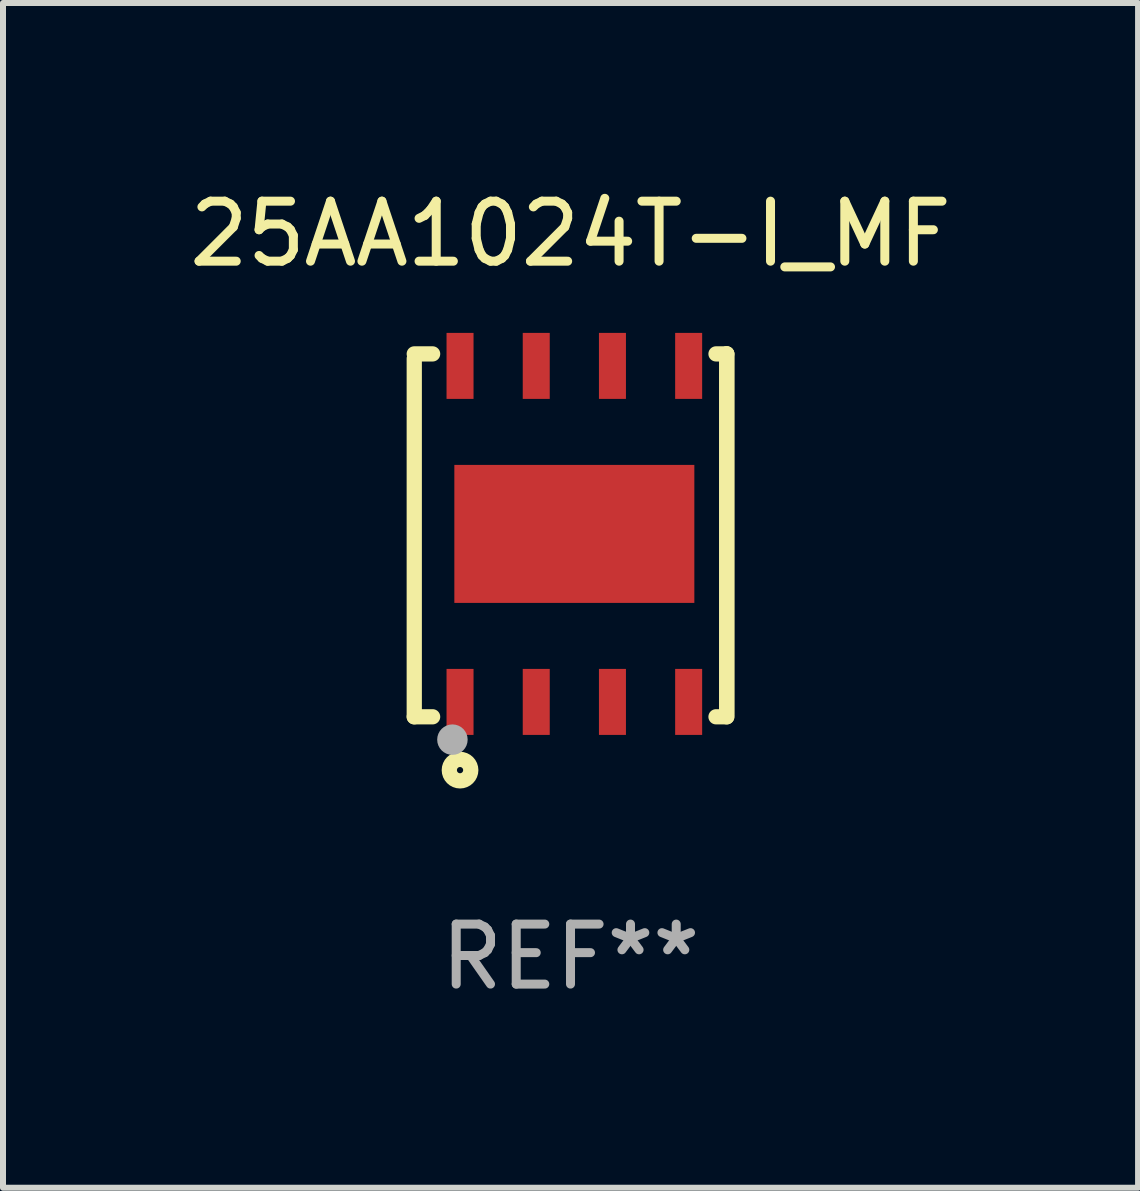
<source format=kicad_pcb>
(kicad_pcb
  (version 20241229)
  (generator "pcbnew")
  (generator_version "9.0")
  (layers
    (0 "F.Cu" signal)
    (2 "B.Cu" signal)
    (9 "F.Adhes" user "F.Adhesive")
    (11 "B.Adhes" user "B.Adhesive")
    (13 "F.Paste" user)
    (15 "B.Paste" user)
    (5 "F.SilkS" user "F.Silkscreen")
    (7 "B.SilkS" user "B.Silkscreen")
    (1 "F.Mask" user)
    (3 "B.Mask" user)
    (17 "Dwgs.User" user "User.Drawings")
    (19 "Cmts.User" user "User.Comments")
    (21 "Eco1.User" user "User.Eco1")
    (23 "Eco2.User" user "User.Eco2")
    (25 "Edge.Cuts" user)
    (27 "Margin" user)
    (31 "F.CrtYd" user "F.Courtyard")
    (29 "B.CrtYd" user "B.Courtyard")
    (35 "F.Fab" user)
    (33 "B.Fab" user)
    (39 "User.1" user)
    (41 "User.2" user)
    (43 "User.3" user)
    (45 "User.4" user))
  (footprint "25AA1024T-I_MF"
    (layer "F.Cu")
    (at 6.458 5.872)
    (property "Reference" "25AA1024T-I_MF" (at 0 -5.024 0) (layer "F.SilkS") (effects (font (size 1 1) (thickness 0.15))))
    (attr through_hole)
    (fp_line (start -2.604 -2.945) (end -2.604 3.024) (stroke (width 0.254) (type solid)) (layer "F.SilkS"))
    (fp_line (start -2.604 3.024) (end -2.298 3.024) (stroke (width 0.254) (type solid)) (layer "F.SilkS"))
    (fp_line (start -2.298 -3.024) (end -2.604 -3.024) (stroke (width 0.254) (type solid)) (layer "F.SilkS"))
    (fp_line (start 2.425 3.024) (end 2.604 3.024) (stroke (width 0.254) (type solid)) (layer "F.SilkS"))
    (fp_line (start 2.604 -3.024) (end 2.425 -3.024) (stroke (width 0.254) (type solid)) (layer "F.SilkS"))
    (fp_line (start 2.604 -3.024) (end 2.604 2.976) (stroke (width 0.254) (type solid)) (layer "F.SilkS"))
    (fp_line (start 2.604 3.024) (end 2.604 -3.024) (stroke (width 0.254) (type solid)) (layer "F.SilkS"))
    (fp_circle (center -2.436 2.976) (end -2.406 2.976) (stroke (width 0.06) (type solid)) (fill no) (layer "F.SilkS"))
    (fp_circle (center -1.841 3.913) (end -1.662 3.913) (stroke (width 0.254) (type solid)) (fill no) (layer "F.SilkS"))
    (fp_circle (center -1.968 3.405) (end -1.841 3.405) (stroke (width 0.254) (type solid)) (fill no) (layer "F.Fab"))
    (fp_text user "REF**" (at 0 7.024 0) (layer "F.Fab") (effects (font (size 1 1) (thickness 0.15))))
    (pad "1" smd rect (at -1.841 2.776) (size 0.45 1.1) (layers "F.Cu" "F.Mask" "F.Paste"))
    (pad "2" smd rect (at -0.571 2.776) (size 0.45 1.1) (layers "F.Cu" "F.Mask" "F.Paste"))
    (pad "3" smd rect (at 0.699 2.776) (size 0.45 1.1) (layers "F.Cu" "F.Mask" "F.Paste"))
    (pad "4" smd rect (at 1.969 2.776) (size 0.45 1.1) (layers "F.Cu" "F.Mask" "F.Paste"))
    (pad "5" smd rect (at 1.969 -2.824) (size 0.45 1.1) (layers "F.Cu" "F.Mask" "F.Paste"))
    (pad "6" smd rect (at 0.699 -2.824) (size 0.45 1.1) (layers "F.Cu" "F.Mask" "F.Paste"))
    (pad "7" smd rect (at -0.571 -2.824) (size 0.45 1.1) (layers "F.Cu" "F.Mask" "F.Paste"))
    (pad "8" smd rect (at -1.841 -2.824) (size 0.45 1.1) (layers "F.Cu" "F.Mask" "F.Paste"))
    (pad "9" smd rect (at 0.064 -0.024) (size 4 2.3) (layers "F.Cu" "F.Mask" "F.Paste")))
  (gr_rect
    (start -3 -3)
    (end 15.917 16.745)
    (stroke (width 0.1) (type default))
    (fill no)
    (layer "Edge.Cuts")))
</source>
